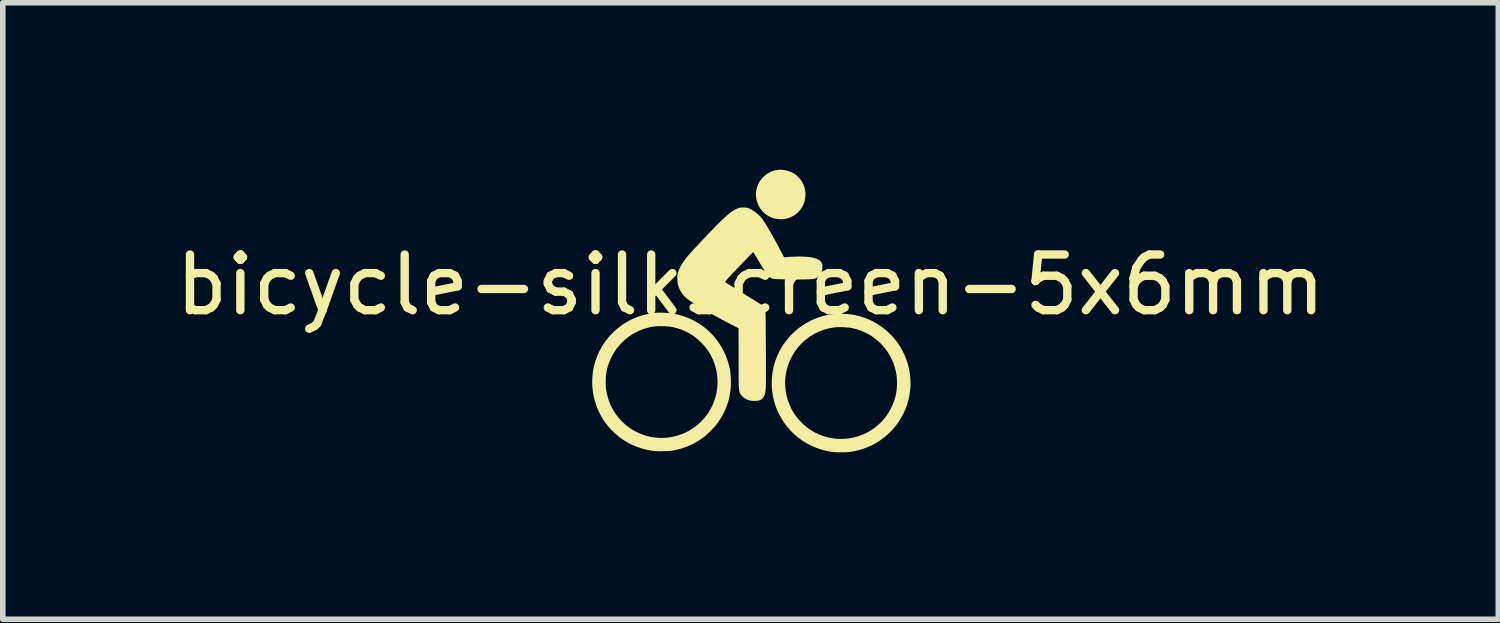
<source format=kicad_pcb>
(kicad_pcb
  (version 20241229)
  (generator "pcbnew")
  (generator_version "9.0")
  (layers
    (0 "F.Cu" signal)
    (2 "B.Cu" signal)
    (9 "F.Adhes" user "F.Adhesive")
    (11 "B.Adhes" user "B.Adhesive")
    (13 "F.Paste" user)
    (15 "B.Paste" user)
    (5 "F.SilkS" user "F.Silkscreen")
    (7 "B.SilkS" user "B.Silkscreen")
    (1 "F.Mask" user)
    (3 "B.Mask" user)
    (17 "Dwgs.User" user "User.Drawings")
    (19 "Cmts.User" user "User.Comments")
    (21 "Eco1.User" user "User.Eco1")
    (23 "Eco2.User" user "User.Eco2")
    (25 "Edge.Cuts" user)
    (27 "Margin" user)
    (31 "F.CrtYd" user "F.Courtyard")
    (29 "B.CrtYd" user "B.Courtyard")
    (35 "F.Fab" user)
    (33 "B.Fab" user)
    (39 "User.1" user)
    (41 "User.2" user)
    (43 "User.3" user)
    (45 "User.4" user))
  (footprint "bicycle-silkscreen-5x6mm"
    (layer "F.Cu")
    (at 10.435 2.568)
    (property "Reference" "bicycle-silkscreen-5x6mm" (at 0 -0.5 0) (unlocked yes) (layer "F.SilkS") (effects (font (size 1 1) (thickness 0.15))))
    (fp_poly (pts (xy 0.573 -2.566) (xy 0.598 -2.564) (xy 0.623 -2.559) (xy 0.648 -2.554) (xy 0.673 -2.547) (xy 0.697 -2.539) (xy 0.72 -2.53) (xy 0.743 -2.52) (xy 0.765 -2.508) (xy 0.786 -2.496) (xy 0.806 -2.482) (xy 0.825 -2.467) (xy 0.844 -2.449) (xy 0.862 -2.431) (xy 0.879 -2.413) (xy 0.895 -2.394) (xy 0.909 -2.374) (xy 0.923 -2.354) (xy 0.935 -2.333) (xy 0.945 -2.311) (xy 0.955 -2.289) (xy 0.963 -2.267) (xy 0.97 -2.244) (xy 0.975 -2.22) (xy 0.98 -2.196) (xy 0.983 -2.172) (xy 0.985 -2.146) (xy 0.985 -2.121) (xy 0.985 -2.101) (xy 0.984 -2.081) (xy 0.981 -2.061) (xy 0.978 -2.041) (xy 0.974 -2.022) (xy 0.97 -2.003) (xy 0.964 -1.985) (xy 0.958 -1.967) (xy 0.951 -1.949) (xy 0.943 -1.931) (xy 0.935 -1.914) (xy 0.925 -1.898) (xy 0.915 -1.882) (xy 0.905 -1.866) (xy 0.893 -1.851) (xy 0.882 -1.836) (xy 0.869 -1.822) (xy 0.856 -1.808) (xy 0.842 -1.795) (xy 0.828 -1.782) (xy 0.813 -1.77) (xy 0.797 -1.759) (xy 0.782 -1.748) (xy 0.765 -1.738) (xy 0.748 -1.729) (xy 0.731 -1.72) (xy 0.713 -1.712) (xy 0.695 -1.705) (xy 0.676 -1.699) (xy 0.657 -1.693) (xy 0.637 -1.689) (xy 0.618 -1.685) (xy 0.607 -1.683) (xy 0.596 -1.682) (xy 0.583 -1.681) (xy 0.57 -1.681) (xy 0.557 -1.68) (xy 0.543 -1.68) (xy 0.514 -1.681) (xy 0.486 -1.684) (xy 0.473 -1.685) (xy 0.46 -1.687) (xy 0.447 -1.689) (xy 0.436 -1.691) (xy 0.425 -1.693) (xy 0.416 -1.696) (xy 0.403 -1.7) (xy 0.39 -1.705) (xy 0.377 -1.71) (xy 0.365 -1.715) (xy 0.352 -1.721) (xy 0.34 -1.727) (xy 0.328 -1.733) (xy 0.317 -1.74) (xy 0.306 -1.747) (xy 0.294 -1.754) (xy 0.284 -1.762) (xy 0.273 -1.769) (xy 0.262 -1.778) (xy 0.252 -1.786) (xy 0.242 -1.795) (xy 0.232 -1.805) (xy 0.217 -1.82) (xy 0.203 -1.836) (xy 0.19 -1.852) (xy 0.177 -1.869) (xy 0.166 -1.886) (xy 0.155 -1.904) (xy 0.145 -1.922) (xy 0.136 -1.94) (xy 0.128 -1.959) (xy 0.121 -1.978) (xy 0.115 -1.997) (xy 0.11 -2.017) (xy 0.105 -2.037) (xy 0.102 -2.058) (xy 0.099 -2.079) (xy 0.097 -2.101) (xy 0.097 -2.121) (xy 0.097 -2.141) (xy 0.098 -2.161) (xy 0.1 -2.18) (xy 0.103 -2.2) (xy 0.107 -2.219) (xy 0.112 -2.238) (xy 0.117 -2.257) (xy 0.124 -2.275) (xy 0.131 -2.293) (xy 0.139 -2.311) (xy 0.147 -2.328) (xy 0.156 -2.345) (xy 0.167 -2.362) (xy 0.177 -2.378) (xy 0.189 -2.393) (xy 0.201 -2.408) (xy 0.214 -2.423) (xy 0.227 -2.437) (xy 0.241 -2.45) (xy 0.256 -2.463) (xy 0.271 -2.475) (xy 0.286 -2.487) (xy 0.303 -2.498) (xy 0.319 -2.508) (xy 0.337 -2.518) (xy 0.355 -2.527) (xy 0.373 -2.535) (xy 0.391 -2.542) (xy 0.41 -2.548) (xy 0.43 -2.554) (xy 0.45 -2.559) (xy 0.474 -2.563) (xy 0.498 -2.566) (xy 0.523 -2.568) (xy 0.548 -2.568)) (stroke (width 0) (type solid)) (fill yes) (layer "F.SilkS"))
    (fp_poly (pts (xy 1.682 0.021) (xy 1.734 0.024) (xy 1.785 0.029) (xy 1.833 0.035) (xy 1.877 0.043) (xy 1.967 0.065) (xy 2.054 0.093) (xy 2.138 0.127) (xy 2.22 0.168) (xy 2.297 0.214) (xy 2.371 0.265) (xy 2.441 0.321) (xy 2.507 0.383) (xy 2.568 0.448) (xy 2.625 0.518) (xy 2.676 0.592) (xy 2.722 0.67) (xy 2.763 0.751) (xy 2.797 0.836) (xy 2.826 0.923) (xy 2.848 1.013) (xy 2.854 1.048) (xy 2.86 1.083) (xy 2.865 1.118) (xy 2.868 1.153) (xy 2.871 1.188) (xy 2.873 1.223) (xy 2.873 1.258) (xy 2.873 1.293) (xy 2.872 1.328) (xy 2.869 1.363) (xy 2.866 1.398) (xy 2.862 1.433) (xy 2.856 1.468) (xy 2.85 1.503) (xy 2.843 1.538) (xy 2.834 1.572) (xy 2.811 1.654) (xy 2.782 1.733) (xy 2.747 1.809) (xy 2.708 1.883) (xy 2.665 1.953) (xy 2.616 2.021) (xy 2.564 2.085) (xy 2.507 2.145) (xy 2.447 2.202) (xy 2.383 2.254) (xy 2.316 2.302) (xy 2.245 2.346) (xy 2.171 2.385) (xy 2.095 2.419) (xy 2.016 2.448) (xy 1.935 2.471) (xy 1.894 2.481) (xy 1.857 2.489) (xy 1.821 2.496) (xy 1.787 2.501) (xy 1.752 2.504) (xy 1.715 2.506) (xy 1.674 2.508) (xy 1.628 2.508) (xy 1.584 2.508) (xy 1.544 2.507) (xy 1.507 2.505) (xy 1.473 2.501) (xy 1.44 2.497) (xy 1.407 2.492) (xy 1.373 2.485) (xy 1.337 2.477) (xy 1.269 2.458) (xy 1.203 2.436) (xy 1.139 2.411) (xy 1.076 2.382) (xy 1.016 2.351) (xy 0.958 2.316) (xy 0.901 2.278) (xy 0.847 2.237) (xy 0.795 2.193) (xy 0.746 2.147) (xy 0.7 2.098) (xy 0.656 2.046) (xy 0.614 1.992) (xy 0.576 1.935) (xy 0.541 1.876) (xy 0.509 1.815) (xy 0.493 1.783) (xy 0.479 1.751) (xy 0.466 1.722) (xy 0.455 1.693) (xy 0.445 1.664) (xy 0.435 1.635) (xy 0.427 1.606) (xy 0.419 1.576) (xy 0.404 1.511) (xy 0.393 1.446) (xy 0.385 1.381) (xy 0.381 1.316) (xy 0.38 1.259) (xy 0.62 1.259) (xy 0.622 1.323) (xy 0.629 1.388) (xy 0.639 1.452) (xy 0.654 1.516) (xy 0.672 1.58) (xy 0.696 1.642) (xy 0.723 1.704) (xy 0.741 1.74) (xy 0.761 1.776) (xy 0.783 1.81) (xy 0.806 1.844) (xy 0.83 1.877) (xy 0.856 1.909) (xy 0.884 1.94) (xy 0.912 1.97) (xy 0.942 1.999) (xy 0.972 2.026) (xy 1.004 2.053) (xy 1.037 2.078) (xy 1.071 2.101) (xy 1.106 2.123) (xy 1.142 2.144) (xy 1.178 2.163) (xy 1.238 2.191) (xy 1.3 2.214) (xy 1.362 2.233) (xy 1.426 2.248) (xy 1.49 2.259) (xy 1.554 2.265) (xy 1.619 2.268) (xy 1.684 2.266) (xy 1.749 2.26) (xy 1.813 2.25) (xy 1.876 2.236) (xy 1.939 2.218) (xy 2 2.196) (xy 2.06 2.17) (xy 2.119 2.14) (xy 2.176 2.105) (xy 2.22 2.074) (xy 2.263 2.041) (xy 2.304 2.006) (xy 2.342 1.969) (xy 2.379 1.93) (xy 2.413 1.889) (xy 2.445 1.846) (xy 2.475 1.802) (xy 2.502 1.756) (xy 2.527 1.708) (xy 2.55 1.66) (xy 2.57 1.61) (xy 2.587 1.559) (xy 2.602 1.507) (xy 2.614 1.454) (xy 2.623 1.4) (xy 2.626 1.369) (xy 2.628 1.335) (xy 2.63 1.299) (xy 2.63 1.261) (xy 2.63 1.224) (xy 2.628 1.188) (xy 2.626 1.155) (xy 2.622 1.125) (xy 2.615 1.084) (xy 2.607 1.044) (xy 2.597 1.005) (xy 2.586 0.966) (xy 2.573 0.928) (xy 2.559 0.89) (xy 2.544 0.854) (xy 2.527 0.818) (xy 2.509 0.783) (xy 2.489 0.748) (xy 2.468 0.715) (xy 2.447 0.683) (xy 2.399 0.621) (xy 2.347 0.563) (xy 2.291 0.509) (xy 2.23 0.46) (xy 2.198 0.437) (xy 2.166 0.415) (xy 2.132 0.395) (xy 2.098 0.376) (xy 2.063 0.358) (xy 2.027 0.342) (xy 1.99 0.326) (xy 1.952 0.313) (xy 1.914 0.3) (xy 1.875 0.289) (xy 1.835 0.28) (xy 1.795 0.272) (xy 1.765 0.268) (xy 1.732 0.265) (xy 1.696 0.262) (xy 1.658 0.26) (xy 1.621 0.259) (xy 1.585 0.259) (xy 1.552 0.26) (xy 1.525 0.262) (xy 1.469 0.27) (xy 1.414 0.28) (xy 1.36 0.294) (xy 1.307 0.31) (xy 1.255 0.329) (xy 1.205 0.351) (xy 1.156 0.376) (xy 1.108 0.403) (xy 1.062 0.432) (xy 1.017 0.464) (xy 0.975 0.498) (xy 0.934 0.535) (xy 0.895 0.574) (xy 0.859 0.615) (xy 0.824 0.659) (xy 0.792 0.704) (xy 0.756 0.761) (xy 0.725 0.82) (xy 0.697 0.88) (xy 0.674 0.941) (xy 0.655 1.004) (xy 0.64 1.067) (xy 0.629 1.13) (xy 0.623 1.194) (xy 0.62 1.259) (xy 0.38 1.259) (xy 0.38 1.251) (xy 0.382 1.186) (xy 0.388 1.122) (xy 0.397 1.058) (xy 0.409 0.995) (xy 0.424 0.933) (xy 0.443 0.871) (xy 0.465 0.811) (xy 0.49 0.751) (xy 0.518 0.693) (xy 0.549 0.636) (xy 0.584 0.581) (xy 0.624 0.524) (xy 0.667 0.469) (xy 0.712 0.417) (xy 0.76 0.368) (xy 0.811 0.322) (xy 0.863 0.279) (xy 0.918 0.238) (xy 0.975 0.201) (xy 1.034 0.167) (xy 1.095 0.136) (xy 1.157 0.109) (xy 1.221 0.085) (xy 1.286 0.064) (xy 1.352 0.047) (xy 1.419 0.034) (xy 1.488 0.025) (xy 1.509 0.023) (xy 1.531 0.021) (xy 1.579 0.019) (xy 1.63 0.019)) (stroke (width 0) (type solid)) (fill yes) (layer "F.SilkS"))
    (fp_poly (pts (xy -0.124 -1.891) (xy -0.112 -1.89) (xy -0.1 -1.889) (xy -0.088 -1.888) (xy -0.076 -1.887) (xy -0.065 -1.885) (xy -0.054 -1.883) (xy -0.044 -1.88) (xy -0.035 -1.877) (xy -0.027 -1.874) (xy -0.015 -1.869) (xy -0.003 -1.862) (xy 0.01 -1.855) (xy 0.024 -1.847) (xy 0.039 -1.838) (xy 0.053 -1.828) (xy 0.068 -1.818) (xy 0.083 -1.807) (xy 0.097 -1.796) (xy 0.111 -1.785) (xy 0.125 -1.774) (xy 0.139 -1.762) (xy 0.151 -1.751) (xy 0.163 -1.74) (xy 0.174 -1.729) (xy 0.183 -1.718) (xy 0.211 -1.683) (xy 0.247 -1.629) (xy 0.29 -1.561) (xy 0.338 -1.48) (xy 0.391 -1.388) (xy 0.447 -1.287) (xy 0.505 -1.179) (xy 0.565 -1.067) (xy 0.601 -0.996) (xy 0.654 -1) (xy 0.739 -1.005) (xy 0.818 -1.008) (xy 0.856 -1.009) (xy 0.891 -1.009) (xy 0.926 -1.008) (xy 0.959 -1.007) (xy 0.99 -1.005) (xy 1.02 -1.003) (xy 1.048 -1) (xy 1.074 -0.997) (xy 1.099 -0.993) (xy 1.122 -0.988) (xy 1.143 -0.983) (xy 1.162 -0.978) (xy 1.182 -0.971) (xy 1.199 -0.963) (xy 1.215 -0.955) (xy 1.223 -0.951) (xy 1.23 -0.947) (xy 1.237 -0.942) (xy 1.243 -0.937) (xy 1.249 -0.932) (xy 1.254 -0.927) (xy 1.259 -0.921) (xy 1.264 -0.916) (xy 1.268 -0.91) (xy 1.272 -0.904) (xy 1.276 -0.897) (xy 1.279 -0.891) (xy 1.282 -0.884) (xy 1.284 -0.877) (xy 1.286 -0.87) (xy 1.288 -0.862) (xy 1.29 -0.854) (xy 1.291 -0.846) (xy 1.291 -0.838) (xy 1.291 -0.829) (xy 1.291 -0.812) (xy 1.289 -0.792) (xy 1.286 -0.772) (xy 1.284 -0.764) (xy 1.282 -0.756) (xy 1.28 -0.748) (xy 1.278 -0.74) (xy 1.275 -0.732) (xy 1.272 -0.725) (xy 1.269 -0.718) (xy 1.266 -0.71) (xy 1.262 -0.703) (xy 1.259 -0.696) (xy 1.255 -0.69) (xy 1.25 -0.683) (xy 1.246 -0.677) (xy 1.241 -0.671) (xy 1.236 -0.665) (xy 1.231 -0.659) (xy 1.221 -0.649) (xy 1.21 -0.639) (xy 1.198 -0.631) (xy 1.185 -0.624) (xy 1.171 -0.618) (xy 1.153 -0.612) (xy 1.133 -0.608) (xy 1.11 -0.604) (xy 1.083 -0.602) (xy 1.051 -0.6) (xy 0.972 -0.597) (xy 0.869 -0.597) (xy 0.739 -0.598) (xy 0.625 -0.6) (xy 0.528 -0.602) (xy 0.456 -0.604) (xy 0.434 -0.606) (xy 0.421 -0.607) (xy 0.408 -0.609) (xy 0.396 -0.612) (xy 0.384 -0.615) (xy 0.373 -0.619) (xy 0.363 -0.624) (xy 0.353 -0.629) (xy 0.344 -0.635) (xy 0.335 -0.641) (xy 0.326 -0.649) (xy 0.318 -0.658) (xy 0.309 -0.668) (xy 0.301 -0.679) (xy 0.292 -0.691) (xy 0.283 -0.704) (xy 0.273 -0.719) (xy 0.264 -0.735) (xy 0.248 -0.762) (xy 0.23 -0.792) (xy 0.211 -0.821) (xy 0.195 -0.846) (xy 0.178 -0.874) (xy 0.155 -0.911) (xy 0.131 -0.952) (xy 0.107 -0.992) (xy 0.067 -1.058) (xy 0.055 -1.08) (xy 0.051 -1.086) (xy 0.049 -1.089) (xy 0.047 -1.088) (xy 0.043 -1.084) (xy 0.027 -1.069) (xy -0.029 -1.013) (xy -0.111 -0.928) (xy -0.21 -0.825) (xy -0.309 -0.72) (xy -0.352 -0.674) (xy -0.389 -0.634) (xy -0.42 -0.601) (xy -0.443 -0.575) (xy -0.457 -0.559) (xy -0.46 -0.554) (xy -0.461 -0.553) (xy -0.461 -0.552) (xy -0.353 -0.484) (xy -0.097 -0.325) (xy 0.158 -0.167) (xy 0.236 -0.118) (xy 0.266 -0.099) (xy 0.271 0.116) (xy 0.275 0.59) (xy 0.276 1.078) (xy 0.275 1.336) (xy 0.274 1.351) (xy 0.273 1.366) (xy 0.271 1.38) (xy 0.27 1.393) (xy 0.268 1.405) (xy 0.267 1.416) (xy 0.265 1.427) (xy 0.263 1.438) (xy 0.26 1.447) (xy 0.258 1.457) (xy 0.255 1.466) (xy 0.252 1.474) (xy 0.249 1.483) (xy 0.245 1.491) (xy 0.242 1.499) (xy 0.238 1.507) (xy 0.234 1.513) (xy 0.23 1.52) (xy 0.226 1.526) (xy 0.222 1.531) (xy 0.217 1.537) (xy 0.212 1.542) (xy 0.207 1.547) (xy 0.202 1.551) (xy 0.197 1.556) (xy 0.191 1.559) (xy 0.185 1.563) (xy 0.179 1.567) (xy 0.172 1.57) (xy 0.166 1.572) (xy 0.159 1.575) (xy 0.152 1.577) (xy 0.145 1.579) (xy 0.137 1.581) (xy 0.128 1.582) (xy 0.117 1.583) (xy 0.107 1.584) (xy 0.096 1.584) (xy 0.072 1.585) (xy 0.048 1.584) (xy 0.025 1.583) (xy 0.015 1.582) (xy 0.005 1.58) (xy -0.004 1.579) (xy -0.013 1.577) (xy -0.027 1.573) (xy -0.042 1.568) (xy -0.056 1.563) (xy -0.069 1.557) (xy -0.083 1.551) (xy -0.095 1.544) (xy -0.108 1.536) (xy -0.119 1.528) (xy -0.13 1.52) (xy -0.141 1.511) (xy -0.15 1.502) (xy -0.159 1.492) (xy -0.167 1.482) (xy -0.175 1.472) (xy -0.178 1.467) (xy -0.182 1.461) (xy -0.184 1.456) (xy -0.187 1.451) (xy -0.196 1.431) (xy -0.203 1.407) (xy -0.208 1.372) (xy -0.211 1.32) (xy -0.213 1.244) (xy -0.214 1.137) (xy -0.215 0.805) (xy -0.216 0.281) (xy -0.336 0.218) (xy -0.459 0.154) (xy -0.575 0.091) (xy -0.687 0.029) (xy -0.794 -0.033) (xy -0.9 -0.095) (xy -0.945 -0.122) (xy -0.985 -0.146) (xy -1.021 -0.169) (xy -1.053 -0.19) (xy -1.082 -0.209) (xy -1.107 -0.227) (xy -1.129 -0.243) (xy -1.149 -0.259) (xy -1.166 -0.274) (xy -1.182 -0.289) (xy -1.196 -0.303) (xy -1.209 -0.318) (xy -1.221 -0.333) (xy -1.232 -0.349) (xy -1.242 -0.364) (xy -1.251 -0.379) (xy -1.26 -0.394) (xy -1.268 -0.409) (xy -1.275 -0.423) (xy -1.282 -0.438) (xy -1.288 -0.452) (xy -1.293 -0.467) (xy -1.298 -0.482) (xy -1.302 -0.498) (xy -1.306 -0.514) (xy -1.309 -0.53) (xy -1.311 -0.546) (xy -1.313 -0.564) (xy -1.314 -0.582) (xy -1.315 -0.6) (xy -1.316 -0.62) (xy -1.317 -0.636) (xy -1.317 -0.643) (xy -1.316 -0.65) (xy -1.316 -0.657) (xy -1.316 -0.663) (xy -1.315 -0.668) (xy -1.315 -0.674) (xy -1.314 -0.68) (xy -1.313 -0.685) (xy -1.312 -0.691) (xy -1.31 -0.697) (xy -1.307 -0.709) (xy -1.305 -0.719) (xy -1.302 -0.729) (xy -1.299 -0.739) (xy -1.295 -0.749) (xy -1.291 -0.759) (xy -1.287 -0.77) (xy -1.283 -0.78) (xy -1.278 -0.791) (xy -1.267 -0.812) (xy -1.255 -0.835) (xy -1.241 -0.859) (xy -1.225 -0.885) (xy -1.202 -0.92) (xy -1.178 -0.954) (xy -1.152 -0.988) (xy -1.12 -1.027) (xy -1.079 -1.074) (xy -1.027 -1.131) (xy -0.878 -1.291) (xy -0.737 -1.44) (xy -0.675 -1.504) (xy -0.619 -1.562) (xy -0.567 -1.614) (xy -0.519 -1.66) (xy -0.476 -1.701) (xy -0.436 -1.737) (xy -0.399 -1.768) (xy -0.365 -1.795) (xy -0.334 -1.818) (xy -0.304 -1.837) (xy -0.277 -1.853) (xy -0.251 -1.866) (xy -0.225 -1.876) (xy -0.2 -1.884) (xy -0.191 -1.886) (xy -0.181 -1.888) (xy -0.171 -1.889) (xy -0.16 -1.89) (xy -0.148 -1.891) (xy -0.136 -1.891)) (stroke (width 0) (type solid)) (fill yes) (layer "F.SilkS"))
    (fp_poly (pts (xy -1.6 0) (xy -1.56 0.001) (xy -1.519 0.003) (xy -1.481 0.005) (xy -1.448 0.008) (xy -1.423 0.011) (xy -1.352 0.024) (xy -1.283 0.04) (xy -1.216 0.06) (xy -1.15 0.083) (xy -1.086 0.109) (xy -1.024 0.139) (xy -0.964 0.172) (xy -0.906 0.208) (xy -0.851 0.248) (xy -0.797 0.29) (xy -0.746 0.336) (xy -0.697 0.384) (xy -0.651 0.435) (xy -0.608 0.49) (xy -0.567 0.546) (xy -0.529 0.606) (xy -0.515 0.629) (xy -0.503 0.652) (xy -0.49 0.675) (xy -0.478 0.699) (xy -0.467 0.724) (xy -0.455 0.749) (xy -0.445 0.774) (xy -0.435 0.8) (xy -0.425 0.825) (xy -0.416 0.851) (xy -0.407 0.877) (xy -0.4 0.902) (xy -0.392 0.928) (xy -0.386 0.953) (xy -0.38 0.978) (xy -0.375 1.003) (xy -0.371 1.025) (xy -0.367 1.049) (xy -0.361 1.099) (xy -0.357 1.151) (xy -0.354 1.204) (xy -0.354 1.257) (xy -0.354 1.309) (xy -0.357 1.358) (xy -0.359 1.382) (xy -0.362 1.404) (xy -0.368 1.444) (xy -0.375 1.484) (xy -0.384 1.524) (xy -0.393 1.563) (xy -0.404 1.602) (xy -0.416 1.64) (xy -0.43 1.678) (xy -0.444 1.716) (xy -0.46 1.753) (xy -0.477 1.789) (xy -0.495 1.825) (xy -0.515 1.861) (xy -0.535 1.896) (xy -0.557 1.93) (xy -0.58 1.964) (xy -0.604 1.997) (xy -0.614 2.01) (xy -0.625 2.023) (xy -0.651 2.054) (xy -0.682 2.086) (xy -0.714 2.12) (xy -0.747 2.153) (xy -0.779 2.183) (xy -0.808 2.209) (xy -0.821 2.22) (xy -0.833 2.229) (xy -0.866 2.253) (xy -0.899 2.276) (xy -0.932 2.298) (xy -0.966 2.318) (xy -1 2.338) (xy -1.035 2.356) (xy -1.069 2.373) (xy -1.104 2.389) (xy -1.14 2.404) (xy -1.176 2.418) (xy -1.212 2.43) (xy -1.249 2.442) (xy -1.286 2.452) (xy -1.324 2.461) (xy -1.363 2.47) (xy -1.402 2.477) (xy -1.432 2.481) (xy -1.47 2.484) (xy -1.513 2.487) (xy -1.56 2.488) (xy -1.607 2.489) (xy -1.652 2.489) (xy -1.692 2.488) (xy -1.725 2.485) (xy -1.759 2.481) (xy -1.792 2.476) (xy -1.826 2.47) (xy -1.86 2.464) (xy -1.893 2.456) (xy -1.927 2.447) (xy -1.96 2.438) (xy -1.992 2.427) (xy -2.025 2.416) (xy -2.057 2.404) (xy -2.088 2.391) (xy -2.119 2.378) (xy -2.15 2.363) (xy -2.18 2.348) (xy -2.209 2.332) (xy -2.238 2.315) (xy -2.283 2.287) (xy -2.326 2.257) (xy -2.369 2.225) (xy -2.41 2.191) (xy -2.449 2.156) (xy -2.486 2.12) (xy -2.523 2.082) (xy -2.557 2.042) (xy -2.59 2.001) (xy -2.621 1.959) (xy -2.65 1.916) (xy -2.677 1.871) (xy -2.702 1.826) (xy -2.725 1.779) (xy -2.747 1.732) (xy -2.766 1.683) (xy -2.784 1.629) (xy -2.801 1.575) (xy -2.814 1.521) (xy -2.825 1.467) (xy -2.834 1.412) (xy -2.84 1.358) (xy -2.844 1.304) (xy -2.845 1.25) (xy -2.845 1.244) (xy -2.603 1.244) (xy -2.602 1.277) (xy -2.601 1.309) (xy -2.6 1.338) (xy -2.598 1.363) (xy -2.592 1.4) (xy -2.585 1.438) (xy -2.577 1.474) (xy -2.568 1.511) (xy -2.557 1.547) (xy -2.545 1.583) (xy -2.532 1.618) (xy -2.517 1.653) (xy -2.501 1.687) (xy -2.484 1.72) (xy -2.466 1.752) (xy -2.447 1.784) (xy -2.426 1.815) (xy -2.405 1.845) (xy -2.382 1.874) (xy -2.358 1.903) (xy -2.306 1.958) (xy -2.251 2.009) (xy -2.192 2.055) (xy -2.131 2.097) (xy -2.068 2.133) (xy -2.002 2.165) (xy -1.934 2.192) (xy -1.865 2.214) (xy -1.795 2.231) (xy -1.723 2.242) (xy -1.651 2.249) (xy -1.577 2.25) (xy -1.504 2.245) (xy -1.431 2.235) (xy -1.357 2.22) (xy -1.285 2.199) (xy -1.243 2.184) (xy -1.202 2.168) (xy -1.163 2.15) (xy -1.123 2.13) (xy -1.085 2.108) (xy -1.048 2.085) (xy -1.012 2.061) (xy -0.977 2.034) (xy -0.944 2.007) (xy -0.911 1.977) (xy -0.88 1.947) (xy -0.85 1.915) (xy -0.821 1.882) (xy -0.794 1.848) (xy -0.769 1.812) (xy -0.745 1.776) (xy -0.713 1.72) (xy -0.684 1.662) (xy -0.66 1.603) (xy -0.639 1.544) (xy -0.622 1.483) (xy -0.609 1.421) (xy -0.6 1.359) (xy -0.595 1.297) (xy -0.593 1.234) (xy -0.596 1.171) (xy -0.603 1.109) (xy -0.613 1.046) (xy -0.627 0.985) (xy -0.646 0.924) (xy -0.668 0.864) (xy -0.695 0.805) (xy -0.705 0.784) (xy -0.715 0.764) (xy -0.726 0.745) (xy -0.737 0.726) (xy -0.749 0.707) (xy -0.761 0.689) (xy -0.773 0.671) (xy -0.786 0.653) (xy -0.799 0.636) (xy -0.813 0.618) (xy -0.827 0.601) (xy -0.842 0.584) (xy -0.858 0.567) (xy -0.874 0.55) (xy -0.89 0.533) (xy -0.908 0.516) (xy -0.934 0.492) (xy -0.961 0.469) (xy -0.988 0.447) (xy -1.016 0.426) (xy -1.044 0.407) (xy -1.073 0.388) (xy -1.103 0.37) (xy -1.133 0.354) (xy -1.164 0.338) (xy -1.195 0.324) (xy -1.228 0.31) (xy -1.261 0.298) (xy -1.294 0.287) (xy -1.328 0.276) (xy -1.363 0.267) (xy -1.398 0.259) (xy -1.418 0.255) (xy -1.436 0.252) (xy -1.453 0.249) (xy -1.472 0.247) (xy -1.493 0.246) (xy -1.517 0.245) (xy -1.546 0.244) (xy -1.582 0.244) (xy -1.625 0.243) (xy -1.661 0.243) (xy -1.678 0.244) (xy -1.693 0.244) (xy -1.708 0.245) (xy -1.722 0.247) (xy -1.735 0.248) (xy -1.749 0.25) (xy -1.762 0.252) (xy -1.776 0.254) (xy -1.805 0.26) (xy -1.838 0.268) (xy -1.876 0.278) (xy -1.913 0.289) (xy -1.985 0.316) (xy -2.054 0.348) (xy -2.12 0.384) (xy -2.183 0.426) (xy -2.242 0.472) (xy -2.298 0.522) (xy -2.35 0.577) (xy -2.398 0.635) (xy -2.441 0.696) (xy -2.48 0.761) (xy -2.514 0.829) (xy -2.543 0.899) (xy -2.567 0.972) (xy -2.585 1.048) (xy -2.598 1.125) (xy -2.6 1.149) (xy -2.601 1.178) (xy -2.602 1.21) (xy -2.603 1.244) (xy -2.845 1.244) (xy -2.845 1.196) (xy -2.841 1.142) (xy -2.836 1.089) (xy -2.828 1.036) (xy -2.818 0.983) (xy -2.806 0.931) (xy -2.791 0.88) (xy -2.774 0.829) (xy -2.756 0.78) (xy -2.735 0.731) (xy -2.711 0.683) (xy -2.686 0.635) (xy -2.659 0.589) (xy -2.63 0.544) (xy -2.599 0.501) (xy -2.565 0.458) (xy -2.53 0.417) (xy -2.493 0.377) (xy -2.454 0.339) (xy -2.413 0.302) (xy -2.37 0.267) (xy -2.326 0.233) (xy -2.279 0.201) (xy -2.231 0.171) (xy -2.2 0.154) (xy -2.17 0.137) (xy -2.138 0.121) (xy -2.107 0.107) (xy -2.074 0.093) (xy -2.042 0.08) (xy -2.009 0.068) (xy -1.975 0.057) (xy -1.942 0.047) (xy -1.907 0.037) (xy -1.873 0.029) (xy -1.838 0.022) (xy -1.802 0.015) (xy -1.766 0.009) (xy -1.73 0.005) (xy -1.693 0.001) (xy -1.669 -0.000337) (xy -1.638 -0.001)) (stroke (width 0) (type solid)) (fill yes) (layer "F.SilkS")))
  (gr_rect
    (start -3 -3)
    (end 23.869 8.076)
    (stroke (width 0.1) (type default))
    (fill no)
    (layer "Edge.Cuts")))
</source>
